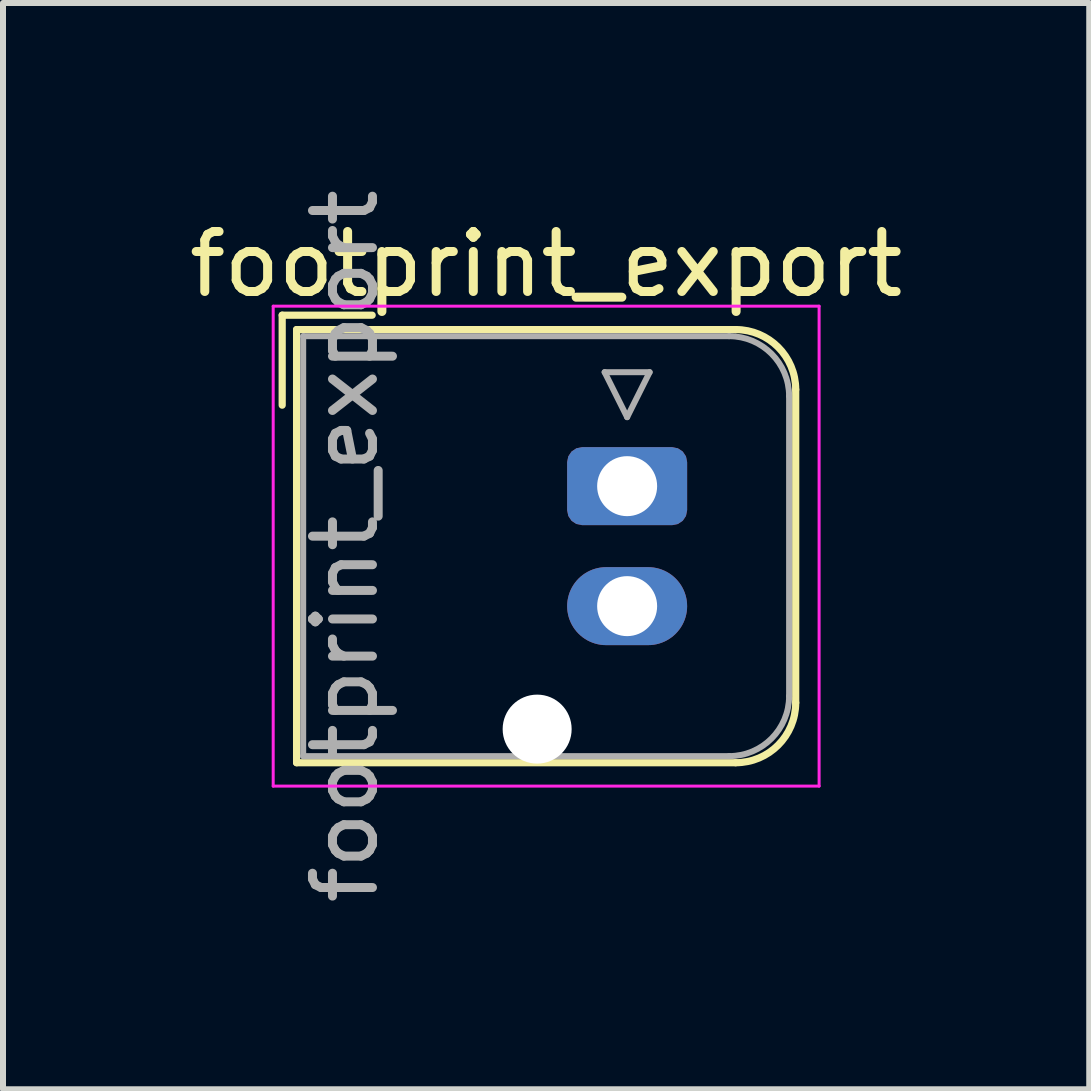
<source format=kicad_pcb>
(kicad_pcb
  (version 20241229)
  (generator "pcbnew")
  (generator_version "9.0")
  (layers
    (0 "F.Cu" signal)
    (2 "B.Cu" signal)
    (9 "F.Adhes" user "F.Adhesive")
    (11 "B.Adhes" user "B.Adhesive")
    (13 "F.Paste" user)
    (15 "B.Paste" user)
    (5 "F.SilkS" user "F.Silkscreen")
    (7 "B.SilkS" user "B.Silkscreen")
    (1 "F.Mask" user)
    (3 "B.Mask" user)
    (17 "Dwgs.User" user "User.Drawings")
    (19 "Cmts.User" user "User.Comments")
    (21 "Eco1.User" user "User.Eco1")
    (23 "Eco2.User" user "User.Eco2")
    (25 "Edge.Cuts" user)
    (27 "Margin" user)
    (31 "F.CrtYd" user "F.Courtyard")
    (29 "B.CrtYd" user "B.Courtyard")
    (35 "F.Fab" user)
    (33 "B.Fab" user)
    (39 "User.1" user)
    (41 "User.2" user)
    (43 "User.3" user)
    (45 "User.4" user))
  (footprint "footprint_export"
    (layer "F.Cu")
    (at 7.404 5.054)
    (property "Reference" "footprint_export" (at -1.35 -3.7 0) (layer "F.SilkS") (effects (font (size 1 1) (thickness 0.15))))
    (attr through_hole)
    (fp_line (start -5.75 -2.85) (end -4.25 -2.85) (stroke (width 0.12) (type solid)) (layer "F.SilkS"))
    (fp_line (start -5.75 -1.35) (end -5.75 -2.85) (stroke (width 0.12) (type solid)) (layer "F.SilkS"))
    (fp_line (start -5.51 -2.61) (end -5.51 4.61) (stroke (width 0.12) (type solid)) (layer "F.SilkS"))
    (fp_line (start -5.51 4.61) (end 1.81 4.61) (stroke (width 0.12) (type solid)) (layer "F.SilkS"))
    (fp_line (start 1.81 -2.61) (end -5.51 -2.61) (stroke (width 0.12) (type solid)) (layer "F.SilkS"))
    (fp_line (start 2.81 -1.61) (end 2.81 3.61) (stroke (width 0.12) (type solid)) (layer "F.SilkS"))
    (fp_arc (start 1.81 -2.61) (mid 2.517107 -2.317107) (end 2.81 -1.61) (stroke (width 0.12) (type solid)) (layer "F.SilkS"))
    (fp_arc (start 2.81 3.61) (mid 2.517107 4.317107) (end 1.81 4.61) (stroke (width 0.12) (type solid)) (layer "F.SilkS"))
    (fp_line (start -5.9 -3) (end -5.9 5) (stroke (width 0.05) (type solid)) (layer "F.CrtYd"))
    (fp_line (start -5.9 5) (end 3.2 5) (stroke (width 0.05) (type solid)) (layer "F.CrtYd"))
    (fp_line (start 3.2 -3) (end -5.9 -3) (stroke (width 0.05) (type solid)) (layer "F.CrtYd"))
    (fp_line (start 3.2 5) (end 3.2 -3) (stroke (width 0.05) (type solid)) (layer "F.CrtYd"))
    (fp_line (start -5.4 -2.5) (end -5.4 4.5) (stroke (width 0.1) (type solid)) (layer "F.Fab"))
    (fp_line (start -5.4 4.5) (end 1.7 4.5) (stroke (width 0.1) (type solid)) (layer "F.Fab"))
    (fp_line (start -0.375 -1.9) (end 0.375 -1.9) (stroke (width 0.1) (type solid)) (layer "F.Fab"))
    (fp_line (start 0 -1.15) (end -0.375 -1.9) (stroke (width 0.1) (type solid)) (layer "F.Fab"))
    (fp_line (start 0.375 -1.9) (end 0 -1.15) (stroke (width 0.1) (type solid)) (layer "F.Fab"))
    (fp_line (start 1.7 -2.5) (end -5.4 -2.5) (stroke (width 0.1) (type solid)) (layer "F.Fab"))
    (fp_line (start 2.7 -1.5) (end 2.7 3.5) (stroke (width 0.1) (type solid)) (layer "F.Fab"))
    (fp_arc (start 1.7 -2.5) (mid 2.407107 -2.207107) (end 2.7 -1.5) (stroke (width 0.1) (type solid)) (layer "F.Fab"))
    (fp_arc (start 2.7 3.5) (mid 2.407107 4.207107) (end 1.7 4.5) (stroke (width 0.1) (type solid)) (layer "F.Fab"))
    (fp_text user "${REFERENCE}" (at -4.7 1 90) (layer "F.Fab") (effects (font (size 1 1) (thickness 0.15))))
    (pad "" np_thru_hole circle (at -1.5 4.05) (size 1.15 1.15) (drill 1.15) (layers "*.Cu" "*.Mask"))
    (pad "1" thru_hole roundrect (at 0 0) (size 2 1.3) (drill 1) (layers "*.Cu" "*.Mask") (roundrect_rratio 0.192))
    (pad "2" thru_hole oval (at 0 2) (size 2 1.3) (drill 1) (layers "*.Cu" "*.Mask")))
  (gr_rect
    (start -3 -3)
    (end 15.107 15.107)
    (stroke (width 0.1) (type default))
    (fill no)
    (layer "Edge.Cuts")))
</source>
